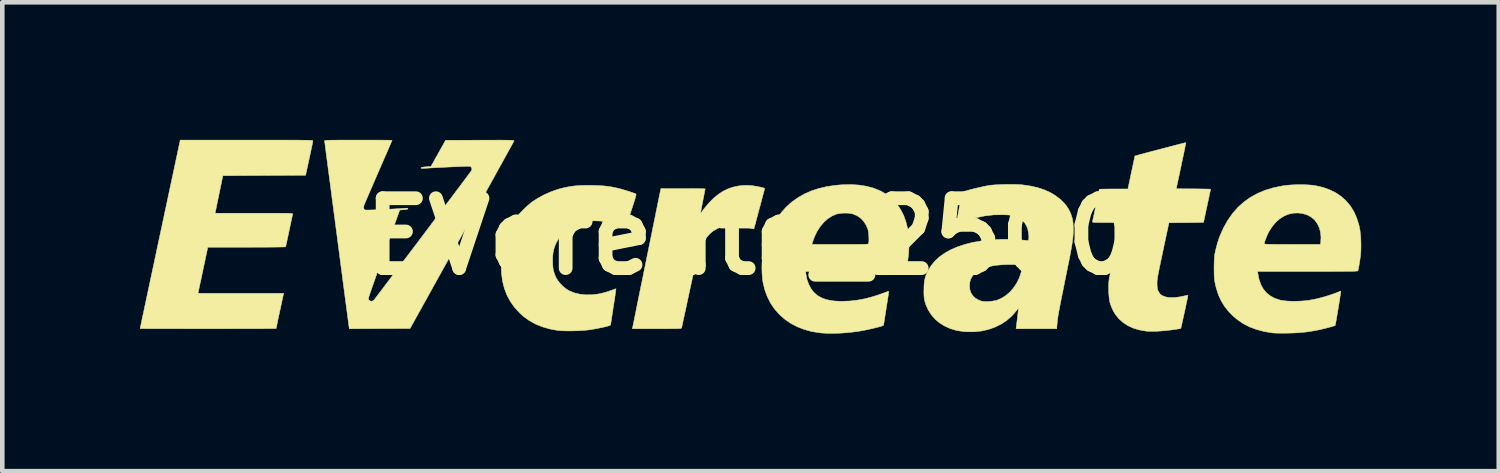
<source format=kicad_pcb>
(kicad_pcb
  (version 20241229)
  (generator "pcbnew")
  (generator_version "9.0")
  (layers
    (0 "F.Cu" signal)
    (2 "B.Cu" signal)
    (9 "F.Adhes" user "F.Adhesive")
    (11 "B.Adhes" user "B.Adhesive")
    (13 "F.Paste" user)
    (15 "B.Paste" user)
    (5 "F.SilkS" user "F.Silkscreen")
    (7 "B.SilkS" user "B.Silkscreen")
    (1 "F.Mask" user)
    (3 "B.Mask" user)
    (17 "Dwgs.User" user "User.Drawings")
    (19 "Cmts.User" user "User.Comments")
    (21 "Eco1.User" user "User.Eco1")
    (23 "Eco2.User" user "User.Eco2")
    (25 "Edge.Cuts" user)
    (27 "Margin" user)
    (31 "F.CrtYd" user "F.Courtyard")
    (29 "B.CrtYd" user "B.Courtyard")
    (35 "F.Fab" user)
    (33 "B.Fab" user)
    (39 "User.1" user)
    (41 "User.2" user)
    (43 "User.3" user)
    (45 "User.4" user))
  (footprint "EVcreate_2500"
    (layer "F.Cu")
    (at 13.315 2.108)
    (property "Reference" "EVcreate_2500" (at 0 0 0) (layer "F.SilkS") (effects (font (size 1.524 1.524) (thickness 0.3))))
    (attr through_hole)
    (fp_poly (pts (xy -3.437 -1.115) (xy -3.318 -1.111) (xy -3.214 -1.105) (xy -3.119 -1.095) (xy -3.03 -1.082) (xy -2.939 -1.064) (xy -2.846 -1.042) (xy -2.801 -1.03) (xy -2.749 -1.014) (xy -2.692 -0.997) (xy -2.636 -0.979) (xy -2.584 -0.961) (xy -2.54 -0.946) (xy -2.509 -0.934) (xy -2.497 -0.928) (xy -2.493 -0.924) (xy -2.492 -0.915) (xy -2.495 -0.899) (xy -2.5 -0.874) (xy -2.51 -0.839) (xy -2.524 -0.792) (xy -2.543 -0.732) (xy -2.568 -0.656) (xy -2.599 -0.562) (xy -2.602 -0.553) (xy -2.723 -0.186) (xy -2.822 -0.226) (xy -2.973 -0.279) (xy -3.123 -0.316) (xy -3.269 -0.337) (xy -3.411 -0.342) (xy -3.548 -0.332) (xy -3.677 -0.307) (xy -3.798 -0.268) (xy -3.909 -0.213) (xy -4.01 -0.145) (xy -4.098 -0.063) (xy -4.173 0.032) (xy -4.227 0.126) (xy -4.261 0.203) (xy -4.285 0.275) (xy -4.301 0.347) (xy -4.31 0.426) (xy -4.312 0.517) (xy -4.312 0.533) (xy -4.31 0.621) (xy -4.303 0.694) (xy -4.29 0.759) (xy -4.27 0.821) (xy -4.242 0.887) (xy -4.239 0.894) (xy -4.201 0.957) (xy -4.15 1.022) (xy -4.089 1.084) (xy -4.024 1.138) (xy -3.96 1.179) (xy -3.957 1.181) (xy -3.848 1.227) (xy -3.727 1.257) (xy -3.598 1.272) (xy -3.462 1.271) (xy -3.321 1.255) (xy -3.178 1.223) (xy -3.034 1.176) (xy -3.026 1.173) (xy -2.986 1.158) (xy -2.954 1.147) (xy -2.935 1.141) (xy -2.93 1.141) (xy -2.931 1.151) (xy -2.935 1.179) (xy -2.941 1.223) (xy -2.949 1.281) (xy -2.959 1.35) (xy -2.971 1.428) (xy -2.984 1.513) (xy -2.988 1.533) (xy -3.001 1.62) (xy -3.013 1.7) (xy -3.024 1.772) (xy -3.034 1.833) (xy -3.041 1.881) (xy -3.046 1.914) (xy -3.048 1.93) (xy -3.048 1.931) (xy -3.058 1.938) (xy -3.085 1.948) (xy -3.127 1.96) (xy -3.182 1.973) (xy -3.246 1.987) (xy -3.318 2.002) (xy -3.396 2.016) (xy -3.475 2.03) (xy -3.5 2.034) (xy -3.568 2.042) (xy -3.65 2.049) (xy -3.741 2.054) (xy -3.836 2.058) (xy -3.931 2.059) (xy -4.022 2.059) (xy -4.104 2.056) (xy -4.173 2.052) (xy -4.206 2.048) (xy -4.382 2.015) (xy -4.543 1.968) (xy -4.692 1.906) (xy -4.828 1.83) (xy -4.954 1.738) (xy -5.027 1.672) (xy -5.138 1.552) (xy -5.231 1.422) (xy -5.307 1.282) (xy -5.365 1.132) (xy -5.405 0.971) (xy -5.428 0.8) (xy -5.434 0.619) (xy -5.428 0.495) (xy -5.405 0.306) (xy -5.367 0.13) (xy -5.314 -0.035) (xy -5.244 -0.191) (xy -5.158 -0.338) (xy -5.128 -0.383) (xy -5.078 -0.447) (xy -5.016 -0.518) (xy -4.946 -0.59) (xy -4.873 -0.659) (xy -4.802 -0.721) (xy -4.745 -0.765) (xy -4.628 -0.839) (xy -4.499 -0.909) (xy -4.362 -0.97) (xy -4.226 -1.02) (xy -4.138 -1.046) (xy -4.035 -1.07) (xy -3.938 -1.089) (xy -3.842 -1.102) (xy -3.742 -1.111) (xy -3.635 -1.115) (xy -3.514 -1.116) (xy -3.437 -1.115)) (stroke (width 0.01) (type solid)) (fill yes) (layer "F.SilkS"))
    (fp_poly (pts (xy 0.04 -1.109) (xy 0.147 -1.092) (xy 0.226 -1.075) (xy 0.27 -1.065) (xy 0.296 -1.056) (xy 0.309 -1.048) (xy 0.311 -1.04) (xy 0.311 -1.038) (xy 0.307 -1.025) (xy 0.299 -0.994) (xy 0.287 -0.948) (xy 0.271 -0.889) (xy 0.252 -0.818) (xy 0.231 -0.738) (xy 0.208 -0.651) (xy 0.192 -0.594) (xy 0.169 -0.505) (xy 0.146 -0.422) (xy 0.126 -0.347) (xy 0.109 -0.282) (xy 0.094 -0.229) (xy 0.084 -0.191) (xy 0.078 -0.169) (xy 0.076 -0.165) (xy 0.066 -0.166) (xy 0.04 -0.171) (xy 0.002 -0.18) (xy -0.044 -0.191) (xy -0.048 -0.192) (xy -0.184 -0.221) (xy -0.307 -0.237) (xy -0.418 -0.241) (xy -0.52 -0.233) (xy -0.616 -0.212) (xy -0.708 -0.178) (xy -0.721 -0.172) (xy -0.807 -0.123) (xy -0.884 -0.06) (xy -0.952 0.018) (xy -1.013 0.113) (xy -1.047 0.177) (xy -1.066 0.217) (xy -1.083 0.254) (xy -1.099 0.292) (xy -1.114 0.33) (xy -1.129 0.371) (xy -1.143 0.416) (xy -1.158 0.466) (xy -1.174 0.524) (xy -1.191 0.59) (xy -1.209 0.666) (xy -1.229 0.753) (xy -1.252 0.854) (xy -1.277 0.968) (xy -1.306 1.099) (xy -1.338 1.247) (xy -1.361 1.356) (xy -1.385 1.466) (xy -1.407 1.57) (xy -1.428 1.666) (xy -1.447 1.754) (xy -1.464 1.83) (xy -1.477 1.894) (xy -1.488 1.944) (xy -1.496 1.978) (xy -1.499 1.993) (xy -1.5 1.994) (xy -1.502 1.998) (xy -1.507 2.001) (xy -1.517 2.004) (xy -1.532 2.006) (xy -1.556 2.008) (xy -1.589 2.009) (xy -1.633 2.01) (xy -1.69 2.011) (xy -1.761 2.011) (xy -1.848 2.012) (xy -1.952 2.012) (xy -2.039 2.012) (xy -2.573 2.012) (xy -2.567 1.984) (xy -2.561 1.951) (xy -2.551 1.901) (xy -2.537 1.836) (xy -2.521 1.756) (xy -2.502 1.663) (xy -2.481 1.558) (xy -2.458 1.443) (xy -2.433 1.319) (xy -2.406 1.187) (xy -2.378 1.049) (xy -2.348 0.906) (xy -2.319 0.759) (xy -2.288 0.609) (xy -2.258 0.459) (xy -2.227 0.308) (xy -2.197 0.16) (xy -2.167 0.014) (xy -2.138 -0.128) (xy -2.111 -0.264) (xy -2.084 -0.393) (xy -2.06 -0.514) (xy -2.037 -0.625) (xy -2.017 -0.725) (xy -1.999 -0.813) (xy -1.984 -0.888) (xy -1.971 -0.947) (xy -1.962 -0.991) (xy -1.957 -1.017) (xy -1.956 -1.024) (xy -1.95 -1.046) (xy -1.468 -1.046) (xy -1.371 -1.046) (xy -1.281 -1.046) (xy -1.199 -1.045) (xy -1.127 -1.044) (xy -1.068 -1.043) (xy -1.024 -1.041) (xy -0.995 -1.04) (xy -0.986 -1.038) (xy -0.986 -1.038) (xy -0.987 -1.026) (xy -0.993 -0.997) (xy -1.001 -0.954) (xy -1.012 -0.899) (xy -1.025 -0.835) (xy -1.036 -0.777) (xy -1.05 -0.708) (xy -1.062 -0.645) (xy -1.072 -0.592) (xy -1.08 -0.55) (xy -1.084 -0.524) (xy -1.084 -0.515) (xy -1.078 -0.518) (xy -1.063 -0.534) (xy -1.051 -0.551) (xy -1.008 -0.607) (xy -0.957 -0.669) (xy -0.903 -0.731) (xy -0.849 -0.788) (xy -0.8 -0.836) (xy -0.783 -0.851) (xy -0.68 -0.932) (xy -0.579 -0.996) (xy -0.477 -1.044) (xy -0.369 -1.079) (xy -0.254 -1.103) (xy -0.155 -1.114) (xy -0.059 -1.116) (xy 0.04 -1.109)) (stroke (width 0.01) (type solid)) (fill yes) (layer "F.SilkS"))
    (fp_poly (pts (xy 2.37 -1.122) (xy 2.538 -1.095) (xy 2.693 -1.053) (xy 2.835 -0.995) (xy 2.868 -0.978) (xy 2.992 -0.902) (xy 3.101 -0.811) (xy 3.196 -0.707) (xy 3.277 -0.589) (xy 3.344 -0.459) (xy 3.395 -0.316) (xy 3.433 -0.161) (xy 3.455 0.004) (xy 3.462 0.181) (xy 3.453 0.368) (xy 3.429 0.564) (xy 3.403 0.709) (xy 3.392 0.762) (xy 1.206 0.762) (xy 1.213 0.82) (xy 1.234 0.932) (xy 1.27 1.036) (xy 1.318 1.129) (xy 1.378 1.21) (xy 1.449 1.275) (xy 1.478 1.296) (xy 1.555 1.338) (xy 1.638 1.37) (xy 1.73 1.392) (xy 1.835 1.407) (xy 1.955 1.413) (xy 1.996 1.413) (xy 2.168 1.407) (xy 2.335 1.388) (xy 2.503 1.357) (xy 2.675 1.311) (xy 2.784 1.276) (xy 2.84 1.256) (xy 2.893 1.238) (xy 2.937 1.222) (xy 2.969 1.21) (xy 2.979 1.205) (xy 3.004 1.195) (xy 3.014 1.194) (xy 3.017 1.202) (xy 3.018 1.207) (xy 3.016 1.221) (xy 3.012 1.253) (xy 3.005 1.3) (xy 2.996 1.36) (xy 2.985 1.43) (xy 2.973 1.508) (xy 2.962 1.579) (xy 2.949 1.661) (xy 2.937 1.736) (xy 2.926 1.803) (xy 2.918 1.858) (xy 2.911 1.901) (xy 2.907 1.927) (xy 2.906 1.935) (xy 2.896 1.942) (xy 2.869 1.953) (xy 2.828 1.965) (xy 2.775 1.98) (xy 2.713 1.995) (xy 2.645 2.011) (xy 2.574 2.027) (xy 2.501 2.042) (xy 2.431 2.055) (xy 2.365 2.067) (xy 2.332 2.072) (xy 2.196 2.089) (xy 2.056 2.102) (xy 1.917 2.11) (xy 1.783 2.113) (xy 1.658 2.111) (xy 1.547 2.104) (xy 1.519 2.101) (xy 1.341 2.073) (xy 1.175 2.027) (xy 1.019 1.967) (xy 0.876 1.891) (xy 0.746 1.801) (xy 0.63 1.697) (xy 0.528 1.581) (xy 0.44 1.451) (xy 0.369 1.31) (xy 0.313 1.157) (xy 0.274 0.993) (xy 0.274 0.989) (xy 0.262 0.9) (xy 0.255 0.798) (xy 0.252 0.69) (xy 0.254 0.583) (xy 0.26 0.483) (xy 0.268 0.417) (xy 0.303 0.245) (xy 0.324 0.173) (xy 1.342 0.173) (xy 1.957 0.173) (xy 2.084 0.173) (xy 2.192 0.173) (xy 2.284 0.172) (xy 2.359 0.172) (xy 2.42 0.171) (xy 2.469 0.17) (xy 2.506 0.169) (xy 2.534 0.168) (xy 2.553 0.166) (xy 2.566 0.163) (xy 2.573 0.161) (xy 2.577 0.157) (xy 2.578 0.155) (xy 2.583 0.13) (xy 2.586 0.09) (xy 2.586 0.041) (xy 2.584 -0.013) (xy 2.58 -0.065) (xy 2.574 -0.112) (xy 2.567 -0.147) (xy 2.567 -0.147) (xy 2.528 -0.244) (xy 2.475 -0.327) (xy 2.409 -0.397) (xy 2.33 -0.452) (xy 2.241 -0.49) (xy 2.209 -0.499) (xy 2.155 -0.507) (xy 2.089 -0.511) (xy 2.019 -0.509) (xy 1.951 -0.503) (xy 1.895 -0.493) (xy 1.88 -0.489) (xy 1.781 -0.447) (xy 1.688 -0.387) (xy 1.603 -0.311) (xy 1.525 -0.219) (xy 1.457 -0.114) (xy 1.4 0.003) (xy 1.357 0.121) (xy 1.342 0.173) (xy 0.324 0.173) (xy 0.352 0.076) (xy 0.415 -0.087) (xy 0.49 -0.242) (xy 0.577 -0.388) (xy 0.674 -0.522) (xy 0.78 -0.641) (xy 0.893 -0.743) (xy 0.908 -0.756) (xy 1.044 -0.851) (xy 1.187 -0.932) (xy 1.339 -0.998) (xy 1.5 -1.05) (xy 1.674 -1.09) (xy 1.862 -1.117) (xy 1.996 -1.128) (xy 2.19 -1.133) (xy 2.37 -1.122)) (stroke (width 0.01) (type solid)) (fill yes) (layer "F.SilkS"))
    (fp_poly (pts (xy -10.787 -2.103) (xy -10.606 -2.103) (xy -10.443 -2.103) (xy -10.298 -2.103) (xy -10.169 -2.103) (xy -10.056 -2.102) (xy -9.957 -2.102) (xy -9.871 -2.102) (xy -9.798 -2.101) (xy -9.737 -2.1) (xy -9.686 -2.1) (xy -9.645 -2.099) (xy -9.612 -2.097) (xy -9.587 -2.096) (xy -9.568 -2.095) (xy -9.555 -2.093) (xy -9.547 -2.091) (xy -9.543 -2.089) (xy -9.541 -2.087) (xy -9.541 -2.085) (xy -9.543 -2.072) (xy -9.549 -2.04) (xy -9.558 -1.994) (xy -9.571 -1.935) (xy -9.585 -1.865) (xy -9.602 -1.787) (xy -9.62 -1.703) (xy -9.62 -1.702) (xy -9.7 -1.336) (xy -10.602 -1.331) (xy -11.505 -1.326) (xy -11.582 -0.95) (xy -11.6 -0.864) (xy -11.617 -0.783) (xy -11.632 -0.71) (xy -11.645 -0.647) (xy -11.655 -0.596) (xy -11.663 -0.56) (xy -11.667 -0.542) (xy -11.667 -0.541) (xy -11.673 -0.508) (xy -10.825 -0.508) (xy -10.673 -0.508) (xy -10.541 -0.508) (xy -10.427 -0.508) (xy -10.329 -0.508) (xy -10.247 -0.507) (xy -10.178 -0.507) (xy -10.122 -0.506) (xy -10.078 -0.505) (xy -10.044 -0.504) (xy -10.018 -0.502) (xy -10.001 -0.501) (xy -9.989 -0.498) (xy -9.983 -0.496) (xy -9.981 -0.493) (xy -9.981 -0.49) (xy -9.984 -0.476) (xy -9.991 -0.445) (xy -10.001 -0.399) (xy -10.014 -0.34) (xy -10.029 -0.27) (xy -10.045 -0.193) (xy -10.059 -0.127) (xy -10.076 -0.046) (xy -10.092 0.029) (xy -10.106 0.095) (xy -10.118 0.15) (xy -10.128 0.192) (xy -10.134 0.218) (xy -10.136 0.226) (xy -10.147 0.227) (xy -10.176 0.228) (xy -10.223 0.229) (xy -10.286 0.23) (xy -10.363 0.231) (xy -10.452 0.232) (xy -10.553 0.233) (xy -10.664 0.233) (xy -10.783 0.233) (xy -10.909 0.234) (xy -10.987 0.234) (xy -11.833 0.234) (xy -11.897 0.536) (xy -11.916 0.625) (xy -11.936 0.718) (xy -11.955 0.812) (xy -11.974 0.901) (xy -11.991 0.98) (xy -12.004 1.039) (xy -12.046 1.24) (xy -10.178 1.24) (xy -10.184 1.262) (xy -10.188 1.279) (xy -10.195 1.311) (xy -10.205 1.357) (xy -10.217 1.414) (xy -10.231 1.48) (xy -10.246 1.551) (xy -10.262 1.625) (xy -10.278 1.7) (xy -10.294 1.772) (xy -10.308 1.839) (xy -10.32 1.899) (xy -10.331 1.947) (xy -10.338 1.983) (xy -10.342 2.003) (xy -10.343 2.007) (xy -10.353 2.007) (xy -10.382 2.008) (xy -10.429 2.008) (xy -10.493 2.009) (xy -10.573 2.009) (xy -10.668 2.01) (xy -10.776 2.01) (xy -10.897 2.011) (xy -11.029 2.011) (xy -11.171 2.011) (xy -11.323 2.011) (xy -11.482 2.012) (xy -11.648 2.012) (xy -11.819 2.012) (xy -11.826 2.012) (xy -11.998 2.012) (xy -12.164 2.012) (xy -12.324 2.011) (xy -12.475 2.011) (xy -12.618 2.011) (xy -12.75 2.011) (xy -12.872 2.011) (xy -12.98 2.01) (xy -13.076 2.01) (xy -13.156 2.01) (xy -13.221 2.009) (xy -13.269 2.009) (xy -13.299 2.009) (xy -13.31 2.008) (xy -13.31 2.008) (xy -13.308 1.998) (xy -13.301 1.969) (xy -13.291 1.922) (xy -13.278 1.858) (xy -13.261 1.777) (xy -13.24 1.682) (xy -13.217 1.572) (xy -13.191 1.449) (xy -13.162 1.314) (xy -13.131 1.167) (xy -13.097 1.009) (xy -13.062 0.842) (xy -13.024 0.666) (xy -12.985 0.483) (xy -12.945 0.292) (xy -12.903 0.096) (xy -12.878 -0.021) (xy -12.835 -0.221) (xy -12.794 -0.415) (xy -12.754 -0.604) (xy -12.715 -0.785) (xy -12.678 -0.959) (xy -12.643 -1.123) (xy -12.61 -1.278) (xy -12.579 -1.422) (xy -12.551 -1.554) (xy -12.526 -1.673) (xy -12.503 -1.779) (xy -12.484 -1.87) (xy -12.468 -1.946) (xy -12.455 -2.005) (xy -12.446 -2.047) (xy -12.441 -2.07) (xy -12.44 -2.075) (xy -12.434 -2.103) (xy -10.987 -2.103) (xy -10.787 -2.103)) (stroke (width 0.01) (type solid)) (fill yes) (layer "F.SilkS"))
    (fp_poly (pts (xy 12.073 -1.13) (xy 12.173 -1.125) (xy 12.262 -1.118) (xy 12.324 -1.109) (xy 12.487 -1.072) (xy 12.635 -1.019) (xy 12.769 -0.953) (xy 12.89 -0.871) (xy 12.995 -0.776) (xy 13.087 -0.666) (xy 13.163 -0.542) (xy 13.225 -0.404) (xy 13.273 -0.252) (xy 13.295 -0.147) (xy 13.304 -0.078) (xy 13.312 0.005) (xy 13.316 0.097) (xy 13.318 0.191) (xy 13.317 0.282) (xy 13.313 0.364) (xy 13.31 0.392) (xy 13.304 0.446) (xy 13.295 0.507) (xy 13.286 0.571) (xy 13.276 0.633) (xy 13.266 0.686) (xy 13.257 0.728) (xy 13.253 0.744) (xy 13.251 0.747) (xy 13.247 0.75) (xy 13.24 0.752) (xy 13.228 0.754) (xy 13.21 0.755) (xy 13.185 0.757) (xy 13.153 0.758) (xy 13.111 0.759) (xy 13.06 0.76) (xy 12.996 0.76) (xy 12.921 0.761) (xy 12.832 0.761) (xy 12.728 0.762) (xy 12.608 0.762) (xy 12.471 0.762) (xy 12.316 0.762) (xy 12.155 0.762) (xy 11.063 0.762) (xy 11.07 0.81) (xy 11.095 0.936) (xy 11.134 1.047) (xy 11.187 1.144) (xy 11.254 1.225) (xy 11.336 1.292) (xy 11.431 1.345) (xy 11.541 1.383) (xy 11.556 1.387) (xy 11.63 1.4) (xy 11.719 1.409) (xy 11.82 1.413) (xy 11.926 1.412) (xy 12.035 1.407) (xy 12.141 1.397) (xy 12.207 1.387) (xy 12.311 1.368) (xy 12.424 1.341) (xy 12.541 1.309) (xy 12.655 1.273) (xy 12.76 1.236) (xy 12.826 1.21) (xy 12.854 1.198) (xy 12.873 1.192) (xy 12.878 1.191) (xy 12.878 1.202) (xy 12.874 1.23) (xy 12.868 1.273) (xy 12.86 1.328) (xy 12.85 1.391) (xy 12.839 1.462) (xy 12.827 1.536) (xy 12.814 1.611) (xy 12.802 1.685) (xy 12.79 1.754) (xy 12.78 1.816) (xy 12.77 1.868) (xy 12.763 1.908) (xy 12.757 1.933) (xy 12.755 1.94) (xy 12.741 1.946) (xy 12.711 1.956) (xy 12.668 1.969) (xy 12.616 1.983) (xy 12.558 1.998) (xy 12.498 2.013) (xy 12.44 2.027) (xy 12.387 2.038) (xy 12.365 2.043) (xy 12.236 2.066) (xy 12.113 2.084) (xy 11.988 2.096) (xy 11.856 2.104) (xy 11.714 2.108) (xy 11.64 2.109) (xy 11.568 2.109) (xy 11.502 2.108) (xy 11.447 2.106) (xy 11.405 2.104) (xy 11.389 2.103) (xy 11.209 2.073) (xy 11.043 2.029) (xy 10.891 1.973) (xy 10.752 1.902) (xy 10.625 1.816) (xy 10.546 1.751) (xy 10.436 1.641) (xy 10.344 1.526) (xy 10.268 1.402) (xy 10.207 1.268) (xy 10.16 1.12) (xy 10.137 1.022) (xy 10.129 0.979) (xy 10.123 0.94) (xy 10.119 0.898) (xy 10.116 0.851) (xy 10.115 0.794) (xy 10.114 0.722) (xy 10.114 0.691) (xy 10.115 0.601) (xy 10.117 0.522) (xy 10.121 0.457) (xy 10.126 0.409) (xy 10.128 0.396) (xy 10.144 0.315) (xy 10.166 0.226) (xy 10.184 0.162) (xy 11.206 0.162) (xy 11.214 0.164) (xy 11.237 0.166) (xy 11.277 0.168) (xy 11.334 0.17) (xy 11.408 0.171) (xy 11.5 0.172) (xy 11.611 0.172) (xy 11.741 0.173) (xy 11.82 0.173) (xy 12.433 0.173) (xy 12.44 0.126) (xy 12.446 0.016) (xy 12.436 -0.088) (xy 12.411 -0.186) (xy 12.37 -0.275) (xy 12.315 -0.351) (xy 12.298 -0.37) (xy 12.224 -0.429) (xy 12.14 -0.473) (xy 12.046 -0.501) (xy 11.946 -0.513) (xy 11.843 -0.509) (xy 11.739 -0.487) (xy 11.735 -0.486) (xy 11.64 -0.446) (xy 11.549 -0.389) (xy 11.464 -0.314) (xy 11.387 -0.224) (xy 11.319 -0.121) (xy 11.294 -0.074) (xy 11.276 -0.036) (xy 11.257 0.009) (xy 11.239 0.056) (xy 11.223 0.1) (xy 11.212 0.136) (xy 11.207 0.159) (xy 11.206 0.162) (xy 10.184 0.162) (xy 10.191 0.136) (xy 10.217 0.053) (xy 10.238 -0.004) (xy 10.319 -0.186) (xy 10.411 -0.351) (xy 10.516 -0.501) (xy 10.632 -0.634) (xy 10.762 -0.751) (xy 10.903 -0.852) (xy 11.058 -0.938) (xy 11.226 -1.008) (xy 11.407 -1.063) (xy 11.601 -1.103) (xy 11.67 -1.113) (xy 11.761 -1.122) (xy 11.862 -1.128) (xy 11.968 -1.131) (xy 12.073 -1.13)) (stroke (width 0.01) (type solid)) (fill yes) (layer "F.SilkS"))
    (fp_poly (pts (xy 9.497 -2.036) (xy 9.492 -2.008) (xy 9.483 -1.964) (xy 9.472 -1.905) (xy 9.457 -1.834) (xy 9.44 -1.752) (xy 9.421 -1.663) (xy 9.401 -1.566) (xy 9.396 -1.542) (xy 9.289 -1.041) (xy 9.664 -1.039) (xy 9.749 -1.038) (xy 9.827 -1.037) (xy 9.896 -1.036) (xy 9.954 -1.035) (xy 9.998 -1.034) (xy 10.027 -1.032) (xy 10.038 -1.031) (xy 10.038 -1.031) (xy 10.036 -1.021) (xy 10.03 -0.992) (xy 10.021 -0.949) (xy 10.009 -0.892) (xy 9.995 -0.824) (xy 9.978 -0.748) (xy 9.962 -0.671) (xy 9.944 -0.588) (xy 9.928 -0.513) (xy 9.914 -0.446) (xy 9.902 -0.39) (xy 9.893 -0.347) (xy 9.888 -0.319) (xy 9.886 -0.31) (xy 9.876 -0.309) (xy 9.848 -0.308) (xy 9.804 -0.306) (xy 9.747 -0.305) (xy 9.678 -0.304) (xy 9.6 -0.303) (xy 9.515 -0.302) (xy 9.508 -0.302) (xy 9.13 -0.3) (xy 9.015 0.239) (xy 8.987 0.374) (xy 8.962 0.491) (xy 8.941 0.592) (xy 8.923 0.678) (xy 8.908 0.75) (xy 8.896 0.81) (xy 8.887 0.86) (xy 8.88 0.902) (xy 8.876 0.937) (xy 8.872 0.966) (xy 8.871 0.992) (xy 8.87 1.016) (xy 8.871 1.039) (xy 8.871 1.061) (xy 8.874 1.109) (xy 8.879 1.143) (xy 8.888 1.172) (xy 8.902 1.201) (xy 8.907 1.209) (xy 8.93 1.246) (xy 8.957 1.272) (xy 8.995 1.294) (xy 8.995 1.294) (xy 9.065 1.32) (xy 9.15 1.332) (xy 9.25 1.332) (xy 9.363 1.317) (xy 9.452 1.299) (xy 9.492 1.29) (xy 9.523 1.284) (xy 9.541 1.281) (xy 9.544 1.282) (xy 9.543 1.292) (xy 9.538 1.32) (xy 9.53 1.362) (xy 9.518 1.416) (xy 9.505 1.478) (xy 9.491 1.547) (xy 9.475 1.62) (xy 9.459 1.693) (xy 9.443 1.765) (xy 9.428 1.832) (xy 9.415 1.892) (xy 9.403 1.942) (xy 9.395 1.979) (xy 9.389 2.001) (xy 9.387 2.005) (xy 9.376 2.008) (xy 9.348 2.014) (xy 9.306 2.02) (xy 9.253 2.028) (xy 9.193 2.037) (xy 9.189 2.037) (xy 9.086 2.05) (xy 8.981 2.059) (xy 8.879 2.066) (xy 8.784 2.069) (xy 8.7 2.068) (xy 8.631 2.064) (xy 8.619 2.062) (xy 8.476 2.036) (xy 8.347 1.997) (xy 8.231 1.943) (xy 8.128 1.875) (xy 8.035 1.791) (xy 8.029 1.784) (xy 7.957 1.693) (xy 7.898 1.589) (xy 7.853 1.475) (xy 7.842 1.438) (xy 7.831 1.382) (xy 7.823 1.312) (xy 7.817 1.233) (xy 7.814 1.15) (xy 7.814 1.068) (xy 7.818 0.993) (xy 7.823 0.949) (xy 7.827 0.922) (xy 7.835 0.878) (xy 7.847 0.818) (xy 7.861 0.744) (xy 7.878 0.659) (xy 7.898 0.565) (xy 7.919 0.464) (xy 7.941 0.358) (xy 7.956 0.285) (xy 7.978 0.18) (xy 7.999 0.081) (xy 8.018 -0.01) (xy 8.035 -0.092) (xy 8.05 -0.163) (xy 8.062 -0.22) (xy 8.071 -0.263) (xy 8.076 -0.289) (xy 8.077 -0.296) (xy 8.067 -0.299) (xy 8.04 -0.3) (xy 7.997 -0.302) (xy 7.941 -0.303) (xy 7.874 -0.304) (xy 7.8 -0.305) (xy 7.767 -0.305) (xy 7.679 -0.305) (xy 7.61 -0.305) (xy 7.556 -0.306) (xy 7.517 -0.307) (xy 7.49 -0.308) (xy 7.473 -0.311) (xy 7.464 -0.314) (xy 7.461 -0.318) (xy 7.461 -0.323) (xy 7.465 -0.337) (xy 7.471 -0.367) (xy 7.481 -0.412) (xy 7.493 -0.468) (xy 7.507 -0.532) (xy 7.521 -0.602) (xy 7.537 -0.674) (xy 7.552 -0.747) (xy 7.567 -0.817) (xy 7.58 -0.882) (xy 7.592 -0.938) (xy 7.601 -0.983) (xy 7.607 -1.014) (xy 7.61 -1.029) (xy 7.61 -1.03) (xy 7.62 -1.031) (xy 7.647 -1.033) (xy 7.69 -1.034) (xy 7.746 -1.035) (xy 7.813 -1.036) (xy 7.887 -1.036) (xy 7.922 -1.036) (xy 8.235 -1.036) (xy 8.31 -1.394) (xy 8.328 -1.477) (xy 8.344 -1.553) (xy 8.358 -1.62) (xy 8.37 -1.676) (xy 8.379 -1.719) (xy 8.385 -1.746) (xy 8.388 -1.756) (xy 8.398 -1.759) (xy 8.425 -1.767) (xy 8.469 -1.779) (xy 8.525 -1.794) (xy 8.592 -1.812) (xy 8.668 -1.833) (xy 8.751 -1.855) (xy 8.839 -1.878) (xy 8.929 -1.901) (xy 9.019 -1.925) (xy 9.108 -1.948) (xy 9.192 -1.97) (xy 9.271 -1.991) (xy 9.341 -2.009) (xy 9.401 -2.024) (xy 9.448 -2.036) (xy 9.481 -2.044) (xy 9.497 -2.047) (xy 9.498 -2.047) (xy 9.497 -2.036)) (stroke (width 0.01) (type solid)) (fill yes) (layer "F.SilkS"))
    (fp_poly (pts (xy 5.773 -1.136) (xy 5.849 -1.133) (xy 5.912 -1.129) (xy 5.926 -1.128) (xy 6.105 -1.102) (xy 6.268 -1.066) (xy 6.415 -1.017) (xy 6.547 -0.957) (xy 6.665 -0.885) (xy 6.771 -0.801) (xy 6.79 -0.783) (xy 6.849 -0.723) (xy 6.896 -0.666) (xy 6.935 -0.606) (xy 6.965 -0.55) (xy 6.998 -0.472) (xy 7.022 -0.393) (xy 7.037 -0.308) (xy 7.043 -0.211) (xy 7.044 -0.152) (xy 7.043 -0.106) (xy 7.041 -0.059) (xy 7.038 -0.012) (xy 7.034 0.038) (xy 7.027 0.093) (xy 7.018 0.154) (xy 7.007 0.224) (xy 6.992 0.304) (xy 6.975 0.397) (xy 6.955 0.502) (xy 6.93 0.624) (xy 6.902 0.763) (xy 6.892 0.812) (xy 6.86 0.97) (xy 6.832 1.11) (xy 6.807 1.234) (xy 6.785 1.341) (xy 6.767 1.435) (xy 6.751 1.516) (xy 6.738 1.586) (xy 6.726 1.646) (xy 6.717 1.698) (xy 6.71 1.743) (xy 6.704 1.783) (xy 6.699 1.819) (xy 6.696 1.852) (xy 6.692 1.885) (xy 6.69 1.918) (xy 6.688 1.932) (xy 6.682 2.012) (xy 5.795 2.012) (xy 5.823 1.791) (xy 5.831 1.726) (xy 5.837 1.669) (xy 5.843 1.622) (xy 5.846 1.587) (xy 5.848 1.569) (xy 5.848 1.567) (xy 5.841 1.573) (xy 5.825 1.591) (xy 5.804 1.618) (xy 5.707 1.729) (xy 5.597 1.826) (xy 5.474 1.909) (xy 5.34 1.975) (xy 5.197 2.026) (xy 5.045 2.061) (xy 4.886 2.078) (xy 4.721 2.078) (xy 4.638 2.072) (xy 4.493 2.048) (xy 4.359 2.008) (xy 4.237 1.953) (xy 4.126 1.884) (xy 4.029 1.802) (xy 3.946 1.706) (xy 3.878 1.599) (xy 3.826 1.481) (xy 3.808 1.422) (xy 3.799 1.386) (xy 3.793 1.352) (xy 3.789 1.316) (xy 3.786 1.273) (xy 3.785 1.218) (xy 3.786 1.168) (xy 3.788 1.078) (xy 3.788 1.074) (xy 4.78 1.074) (xy 4.785 1.146) (xy 4.803 1.21) (xy 4.807 1.22) (xy 4.85 1.289) (xy 4.908 1.345) (xy 4.982 1.388) (xy 5.039 1.409) (xy 5.088 1.417) (xy 5.151 1.42) (xy 5.22 1.417) (xy 5.29 1.408) (xy 5.355 1.395) (xy 5.381 1.388) (xy 5.479 1.346) (xy 5.573 1.287) (xy 5.66 1.212) (xy 5.739 1.123) (xy 5.806 1.024) (xy 5.86 0.916) (xy 5.865 0.904) (xy 5.884 0.851) (xy 5.904 0.788) (xy 5.921 0.724) (xy 5.934 0.668) (xy 5.937 0.654) (xy 5.943 0.622) (xy 5.834 0.614) (xy 5.763 0.611) (xy 5.681 0.611) (xy 5.593 0.612) (xy 5.505 0.616) (xy 5.422 0.622) (xy 5.35 0.629) (xy 5.309 0.635) (xy 5.181 0.663) (xy 5.071 0.699) (xy 4.978 0.744) (xy 4.902 0.798) (xy 4.845 0.859) (xy 4.806 0.929) (xy 4.805 0.932) (xy 4.786 1) (xy 4.78 1.074) (xy 3.788 1.074) (xy 3.793 1.002) (xy 3.804 0.935) (xy 3.821 0.874) (xy 3.845 0.811) (xy 3.871 0.755) (xy 3.938 0.643) (xy 4.021 0.54) (xy 4.122 0.446) (xy 4.24 0.362) (xy 4.373 0.288) (xy 4.522 0.224) (xy 4.685 0.17) (xy 4.862 0.126) (xy 5.053 0.094) (xy 5.256 0.072) (xy 5.471 0.062) (xy 5.558 0.061) (xy 5.624 0.062) (xy 5.699 0.064) (xy 5.777 0.067) (xy 5.855 0.072) (xy 5.927 0.077) (xy 5.987 0.082) (xy 6.027 0.086) (xy 6.052 0.088) (xy 6.064 0.082) (xy 6.07 0.063) (xy 6.072 0.053) (xy 6.075 0.013) (xy 6.072 -0.039) (xy 6.064 -0.097) (xy 6.052 -0.153) (xy 6.038 -0.201) (xy 6.032 -0.217) (xy 5.988 -0.291) (xy 5.93 -0.352) (xy 5.857 -0.401) (xy 5.767 -0.44) (xy 5.756 -0.444) (xy 5.719 -0.454) (xy 5.685 -0.462) (xy 5.647 -0.468) (xy 5.6 -0.471) (xy 5.539 -0.474) (xy 5.516 -0.475) (xy 5.31 -0.472) (xy 5.106 -0.448) (xy 4.904 -0.405) (xy 4.706 -0.341) (xy 4.617 -0.305) (xy 4.572 -0.286) (xy 4.534 -0.271) (xy 4.507 -0.261) (xy 4.495 -0.257) (xy 4.494 -0.257) (xy 4.495 -0.268) (xy 4.498 -0.296) (xy 4.505 -0.339) (xy 4.514 -0.393) (xy 4.525 -0.456) (xy 4.538 -0.525) (xy 4.551 -0.598) (xy 4.564 -0.671) (xy 4.578 -0.741) (xy 4.59 -0.807) (xy 4.602 -0.865) (xy 4.612 -0.913) (xy 4.619 -0.947) (xy 4.624 -0.965) (xy 4.625 -0.967) (xy 4.648 -0.977) (xy 4.687 -0.99) (xy 4.74 -1.006) (xy 4.803 -1.023) (xy 4.874 -1.041) (xy 4.948 -1.059) (xy 5.023 -1.076) (xy 5.095 -1.092) (xy 5.161 -1.105) (xy 5.207 -1.113) (xy 5.261 -1.12) (xy 5.331 -1.126) (xy 5.413 -1.13) (xy 5.503 -1.134) (xy 5.595 -1.136) (xy 5.687 -1.137) (xy 5.773 -1.136)) (stroke (width 0.01) (type solid)) (fill yes) (layer "F.SilkS"))
    (fp_poly (pts (xy -8.429 -2.103) (xy -8.315 -2.103) (xy -8.209 -2.103) (xy -8.111 -2.102) (xy -8.025 -2.102) (xy -7.951 -2.101) (xy -7.892 -2.101) (xy -7.848 -2.1) (xy -7.821 -2.1) (xy -7.813 -2.099) (xy -7.817 -2.089) (xy -7.828 -2.062) (xy -7.847 -2.02) (xy -7.871 -1.963) (xy -7.901 -1.893) (xy -7.936 -1.812) (xy -7.976 -1.722) (xy -8.019 -1.623) (xy -8.065 -1.517) (xy -8.109 -1.416) (xy -8.158 -1.304) (xy -8.204 -1.196) (xy -8.248 -1.094) (xy -8.289 -1) (xy -8.326 -0.916) (xy -8.358 -0.842) (xy -8.384 -0.781) (xy -8.405 -0.733) (xy -8.418 -0.702) (xy -8.423 -0.688) (xy -8.435 -0.642) (xy -8.43 -0.607) (xy -8.408 -0.582) (xy -8.404 -0.58) (xy -8.389 -0.578) (xy -8.358 -0.577) (xy -8.31 -0.578) (xy -8.25 -0.579) (xy -8.179 -0.582) (xy -8.1 -0.585) (xy -8.015 -0.588) (xy -7.926 -0.593) (xy -7.837 -0.597) (xy -7.75 -0.602) (xy -7.666 -0.607) (xy -7.589 -0.613) (xy -7.551 -0.616) (xy -7.51 -0.618) (xy -7.484 -0.618) (xy -7.472 -0.615) (xy -7.468 -0.608) (xy -7.468 -0.607) (xy -7.472 -0.599) (xy -7.488 -0.593) (xy -7.517 -0.588) (xy -7.557 -0.584) (xy -7.647 -0.577) (xy -7.989 0.374) (xy -8.037 0.508) (xy -8.083 0.637) (xy -8.127 0.759) (xy -8.167 0.874) (xy -8.204 0.979) (xy -8.238 1.074) (xy -8.267 1.158) (xy -8.291 1.228) (xy -8.31 1.284) (xy -8.323 1.325) (xy -8.33 1.348) (xy -8.331 1.353) (xy -8.323 1.382) (xy -8.301 1.402) (xy -8.271 1.411) (xy -8.24 1.407) (xy -8.213 1.39) (xy -8.212 1.389) (xy -8.203 1.378) (xy -8.182 1.351) (xy -8.151 1.31) (xy -8.11 1.256) (xy -8.059 1.19) (xy -8.001 1.112) (xy -7.935 1.025) (xy -7.862 0.929) (xy -7.783 0.825) (xy -7.699 0.714) (xy -7.611 0.596) (xy -7.518 0.474) (xy -7.423 0.348) (xy -7.326 0.22) (xy -7.227 0.089) (xy -7.128 -0.043) (xy -7.029 -0.174) (xy -6.931 -0.305) (xy -6.834 -0.433) (xy -6.74 -0.558) (xy -6.65 -0.679) (xy -6.563 -0.794) (xy -6.48 -0.904) (xy -6.404 -1.006) (xy -6.333 -1.1) (xy -6.27 -1.184) (xy -6.215 -1.258) (xy -6.168 -1.321) (xy -6.13 -1.372) (xy -6.103 -1.409) (xy -6.086 -1.432) (xy -6.081 -1.439) (xy -6.073 -1.472) (xy -6.08 -1.502) (xy -6.101 -1.525) (xy -6.115 -1.531) (xy -6.129 -1.532) (xy -6.162 -1.531) (xy -6.209 -1.53) (xy -6.27 -1.528) (xy -6.342 -1.525) (xy -6.422 -1.522) (xy -6.509 -1.518) (xy -6.598 -1.514) (xy -6.689 -1.51) (xy -6.779 -1.505) (xy -6.865 -1.501) (xy -6.946 -1.496) (xy -7.018 -1.492) (xy -7.079 -1.488) (xy -7.109 -1.486) (xy -7.148 -1.484) (xy -7.171 -1.485) (xy -7.181 -1.489) (xy -7.183 -1.496) (xy -7.179 -1.503) (xy -7.164 -1.509) (xy -7.136 -1.514) (xy -7.091 -1.519) (xy -7.075 -1.52) (xy -6.966 -1.529) (xy -6.806 -1.814) (xy -6.647 -2.098) (xy -5.898 -2.101) (xy -5.756 -2.101) (xy -5.634 -2.101) (xy -5.529 -2.102) (xy -5.441 -2.102) (xy -5.367 -2.101) (xy -5.307 -2.101) (xy -5.259 -2.1) (xy -5.222 -2.099) (xy -5.195 -2.098) (xy -5.176 -2.096) (xy -5.163 -2.094) (xy -5.157 -2.092) (xy -5.154 -2.089) (xy -5.154 -2.086) (xy -5.154 -2.085) (xy -5.159 -2.075) (xy -5.174 -2.048) (xy -5.198 -2.004) (xy -5.23 -1.945) (xy -5.271 -1.872) (xy -5.319 -1.784) (xy -5.374 -1.684) (xy -5.436 -1.571) (xy -5.505 -1.448) (xy -5.579 -1.313) (xy -5.659 -1.169) (xy -5.744 -1.015) (xy -5.834 -0.854) (xy -5.927 -0.685) (xy -6.025 -0.509) (xy -6.126 -0.327) (xy -6.229 -0.141) (xy -6.291 -0.03) (xy -7.422 2.007) (xy -8.084 2.009) (xy -8.746 2.012) (xy -8.752 1.974) (xy -8.754 1.959) (xy -8.759 1.925) (xy -8.766 1.873) (xy -8.775 1.805) (xy -8.786 1.722) (xy -8.799 1.625) (xy -8.813 1.515) (xy -8.83 1.393) (xy -8.847 1.261) (xy -8.866 1.119) (xy -8.886 0.968) (xy -8.906 0.811) (xy -8.928 0.648) (xy -8.95 0.48) (xy -8.972 0.308) (xy -8.995 0.134) (xy -9.018 -0.041) (xy -9.041 -0.216) (xy -9.064 -0.391) (xy -9.087 -0.563) (xy -9.109 -0.731) (xy -9.131 -0.896) (xy -9.151 -1.054) (xy -9.171 -1.206) (xy -9.19 -1.349) (xy -9.208 -1.484) (xy -9.224 -1.608) (xy -9.239 -1.72) (xy -9.252 -1.82) (xy -9.263 -1.906) (xy -9.272 -1.977) (xy -9.279 -2.031) (xy -9.284 -2.069) (xy -9.286 -2.087) (xy -9.286 -2.09) (xy -9.283 -2.092) (xy -9.274 -2.094) (xy -9.256 -2.096) (xy -9.229 -2.098) (xy -9.192 -2.099) (xy -9.143 -2.101) (xy -9.081 -2.101) (xy -9.005 -2.102) (xy -8.913 -2.103) (xy -8.805 -2.103) (xy -8.678 -2.103) (xy -8.55 -2.103) (xy -8.429 -2.103)) (stroke (width 0.01) (type solid)) (fill yes) (layer "F.SilkS")))
  (gr_rect
    (start -3 -3)
    (end 29.638 7.226)
    (stroke (width 0.1) (type default))
    (fill no)
    (layer "Edge.Cuts")))
</source>
